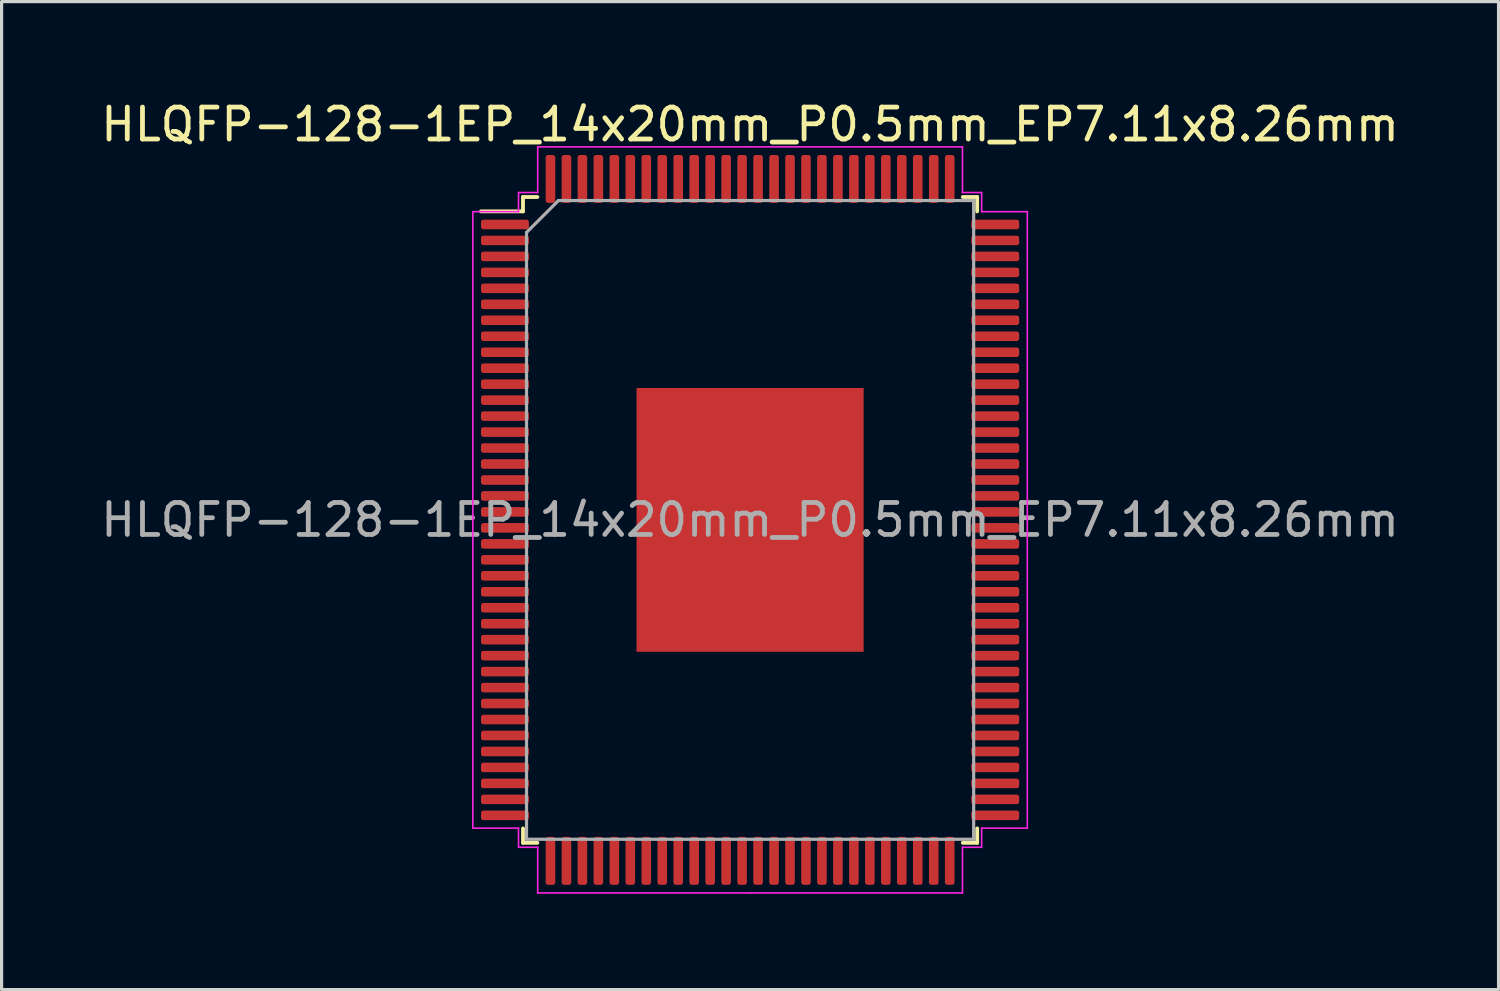
<source format=kicad_pcb>
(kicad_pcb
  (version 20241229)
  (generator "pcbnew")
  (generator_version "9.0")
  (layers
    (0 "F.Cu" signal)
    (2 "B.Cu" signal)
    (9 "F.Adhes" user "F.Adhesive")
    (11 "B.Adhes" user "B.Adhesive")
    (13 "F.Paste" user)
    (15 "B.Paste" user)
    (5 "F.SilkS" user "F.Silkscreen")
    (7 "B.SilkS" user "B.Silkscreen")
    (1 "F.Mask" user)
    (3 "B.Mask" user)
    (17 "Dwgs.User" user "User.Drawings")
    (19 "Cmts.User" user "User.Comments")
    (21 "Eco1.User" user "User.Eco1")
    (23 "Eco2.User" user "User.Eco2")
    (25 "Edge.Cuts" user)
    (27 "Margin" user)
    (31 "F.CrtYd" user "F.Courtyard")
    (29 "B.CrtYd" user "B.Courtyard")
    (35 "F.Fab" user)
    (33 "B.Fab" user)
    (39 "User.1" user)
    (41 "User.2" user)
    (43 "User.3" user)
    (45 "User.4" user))
  (footprint "HLQFP-128-1EP_14x20mm_P0.5mm_EP7.11x8.26mm"
    (layer "F.Cu")
    (at 20.435 13.228)
    (property "Reference" "HLQFP-128-1EP_14x20mm_P0.5mm_EP7.11x8.26mm" (at 0 -12.38 0) (layer "F.SilkS") (effects (font (size 1 1) (thickness 0.15))))
    (attr smd)
    (fp_line (start -7.11 -10.11) (end -7.11 -9.66) (stroke (width 0.12) (type solid)) (layer "F.SilkS"))
    (fp_line (start -7.11 -9.66) (end -8.425 -9.66) (stroke (width 0.12) (type solid)) (layer "F.SilkS"))
    (fp_line (start -7.11 10.11) (end -7.11 9.66) (stroke (width 0.12) (type solid)) (layer "F.SilkS"))
    (fp_line (start -6.66 -10.11) (end -7.11 -10.11) (stroke (width 0.12) (type solid)) (layer "F.SilkS"))
    (fp_line (start -6.66 10.11) (end -7.11 10.11) (stroke (width 0.12) (type solid)) (layer "F.SilkS"))
    (fp_line (start 6.66 -10.11) (end 7.11 -10.11) (stroke (width 0.12) (type solid)) (layer "F.SilkS"))
    (fp_line (start 6.66 10.11) (end 7.11 10.11) (stroke (width 0.12) (type solid)) (layer "F.SilkS"))
    (fp_line (start 7.11 -10.11) (end 7.11 -9.66) (stroke (width 0.12) (type solid)) (layer "F.SilkS"))
    (fp_line (start 7.11 10.11) (end 7.11 9.66) (stroke (width 0.12) (type solid)) (layer "F.SilkS"))
    (fp_line (start -8.68 -9.65) (end -8.68 0) (stroke (width 0.05) (type solid)) (layer "F.CrtYd"))
    (fp_line (start -8.68 9.65) (end -8.68 0) (stroke (width 0.05) (type solid)) (layer "F.CrtYd"))
    (fp_line (start -7.25 -10.25) (end -7.25 -9.65) (stroke (width 0.05) (type solid)) (layer "F.CrtYd"))
    (fp_line (start -7.25 -9.65) (end -8.68 -9.65) (stroke (width 0.05) (type solid)) (layer "F.CrtYd"))
    (fp_line (start -7.25 9.65) (end -8.68 9.65) (stroke (width 0.05) (type solid)) (layer "F.CrtYd"))
    (fp_line (start -7.25 10.25) (end -7.25 9.65) (stroke (width 0.05) (type solid)) (layer "F.CrtYd"))
    (fp_line (start -6.65 -11.68) (end -6.65 -10.25) (stroke (width 0.05) (type solid)) (layer "F.CrtYd"))
    (fp_line (start -6.65 -10.25) (end -7.25 -10.25) (stroke (width 0.05) (type solid)) (layer "F.CrtYd"))
    (fp_line (start -6.65 10.25) (end -7.25 10.25) (stroke (width 0.05) (type solid)) (layer "F.CrtYd"))
    (fp_line (start -6.65 11.68) (end -6.65 10.25) (stroke (width 0.05) (type solid)) (layer "F.CrtYd"))
    (fp_line (start 0 -11.68) (end -6.65 -11.68) (stroke (width 0.05) (type solid)) (layer "F.CrtYd"))
    (fp_line (start 0 -11.68) (end 6.65 -11.68) (stroke (width 0.05) (type solid)) (layer "F.CrtYd"))
    (fp_line (start 0 11.68) (end -6.65 11.68) (stroke (width 0.05) (type solid)) (layer "F.CrtYd"))
    (fp_line (start 0 11.68) (end 6.65 11.68) (stroke (width 0.05) (type solid)) (layer "F.CrtYd"))
    (fp_line (start 6.65 -11.68) (end 6.65 -10.25) (stroke (width 0.05) (type solid)) (layer "F.CrtYd"))
    (fp_line (start 6.65 -10.25) (end 7.25 -10.25) (stroke (width 0.05) (type solid)) (layer "F.CrtYd"))
    (fp_line (start 6.65 10.25) (end 7.25 10.25) (stroke (width 0.05) (type solid)) (layer "F.CrtYd"))
    (fp_line (start 6.65 11.68) (end 6.65 10.25) (stroke (width 0.05) (type solid)) (layer "F.CrtYd"))
    (fp_line (start 7.25 -10.25) (end 7.25 -9.65) (stroke (width 0.05) (type solid)) (layer "F.CrtYd"))
    (fp_line (start 7.25 -9.65) (end 8.68 -9.65) (stroke (width 0.05) (type solid)) (layer "F.CrtYd"))
    (fp_line (start 7.25 9.65) (end 8.68 9.65) (stroke (width 0.05) (type solid)) (layer "F.CrtYd"))
    (fp_line (start 7.25 10.25) (end 7.25 9.65) (stroke (width 0.05) (type solid)) (layer "F.CrtYd"))
    (fp_line (start 8.68 -9.65) (end 8.68 0) (stroke (width 0.05) (type solid)) (layer "F.CrtYd"))
    (fp_line (start 8.68 9.65) (end 8.68 0) (stroke (width 0.05) (type solid)) (layer "F.CrtYd"))
    (fp_line (start -7 -9) (end -6 -10) (stroke (width 0.1) (type solid)) (layer "F.Fab"))
    (fp_line (start -7 10) (end -7 -9) (stroke (width 0.1) (type solid)) (layer "F.Fab"))
    (fp_line (start -6 -10) (end 7 -10) (stroke (width 0.1) (type solid)) (layer "F.Fab"))
    (fp_line (start 7 -10) (end 7 10) (stroke (width 0.1) (type solid)) (layer "F.Fab"))
    (fp_line (start 7 10) (end -7 10) (stroke (width 0.1) (type solid)) (layer "F.Fab"))
    (fp_text user "${REFERENCE}" (at 0 0 0) (layer "F.Fab") (effects (font (size 1 1) (thickness 0.15))))
    (pad "1" smd roundrect (at -7.675 -9.25) (size 1.5 0.3) (layers "F.Cu" "F.Mask" "F.Paste") (roundrect_rratio 0.25))
    (pad "2" smd roundrect (at -7.675 -8.75) (size 1.5 0.3) (layers "F.Cu" "F.Mask" "F.Paste") (roundrect_rratio 0.25))
    (pad "3" smd roundrect (at -7.675 -8.25) (size 1.5 0.3) (layers "F.Cu" "F.Mask" "F.Paste") (roundrect_rratio 0.25))
    (pad "4" smd roundrect (at -7.675 -7.75) (size 1.5 0.3) (layers "F.Cu" "F.Mask" "F.Paste") (roundrect_rratio 0.25))
    (pad "5" smd roundrect (at -7.675 -7.25) (size 1.5 0.3) (layers "F.Cu" "F.Mask" "F.Paste") (roundrect_rratio 0.25))
    (pad "6" smd roundrect (at -7.675 -6.75) (size 1.5 0.3) (layers "F.Cu" "F.Mask" "F.Paste") (roundrect_rratio 0.25))
    (pad "7" smd roundrect (at -7.675 -6.25) (size 1.5 0.3) (layers "F.Cu" "F.Mask" "F.Paste") (roundrect_rratio 0.25))
    (pad "8" smd roundrect (at -7.675 -5.75) (size 1.5 0.3) (layers "F.Cu" "F.Mask" "F.Paste") (roundrect_rratio 0.25))
    (pad "9" smd roundrect (at -7.675 -5.25) (size 1.5 0.3) (layers "F.Cu" "F.Mask" "F.Paste") (roundrect_rratio 0.25))
    (pad "10" smd roundrect (at -7.675 -4.75) (size 1.5 0.3) (layers "F.Cu" "F.Mask" "F.Paste") (roundrect_rratio 0.25))
    (pad "11" smd roundrect (at -7.675 -4.25) (size 1.5 0.3) (layers "F.Cu" "F.Mask" "F.Paste") (roundrect_rratio 0.25))
    (pad "12" smd roundrect (at -7.675 -3.75) (size 1.5 0.3) (layers "F.Cu" "F.Mask" "F.Paste") (roundrect_rratio 0.25))
    (pad "13" smd roundrect (at -7.675 -3.25) (size 1.5 0.3) (layers "F.Cu" "F.Mask" "F.Paste") (roundrect_rratio 0.25))
    (pad "14" smd roundrect (at -7.675 -2.75) (size 1.5 0.3) (layers "F.Cu" "F.Mask" "F.Paste") (roundrect_rratio 0.25))
    (pad "15" smd roundrect (at -7.675 -2.25) (size 1.5 0.3) (layers "F.Cu" "F.Mask" "F.Paste") (roundrect_rratio 0.25))
    (pad "16" smd roundrect (at -7.675 -1.75) (size 1.5 0.3) (layers "F.Cu" "F.Mask" "F.Paste") (roundrect_rratio 0.25))
    (pad "17" smd roundrect (at -7.675 -1.25) (size 1.5 0.3) (layers "F.Cu" "F.Mask" "F.Paste") (roundrect_rratio 0.25))
    (pad "18" smd roundrect (at -7.675 -0.75) (size 1.5 0.3) (layers "F.Cu" "F.Mask" "F.Paste") (roundrect_rratio 0.25))
    (pad "19" smd roundrect (at -7.675 -0.25) (size 1.5 0.3) (layers "F.Cu" "F.Mask" "F.Paste") (roundrect_rratio 0.25))
    (pad "20" smd roundrect (at -7.675 0.25) (size 1.5 0.3) (layers "F.Cu" "F.Mask" "F.Paste") (roundrect_rratio 0.25))
    (pad "21" smd roundrect (at -7.675 0.75) (size 1.5 0.3) (layers "F.Cu" "F.Mask" "F.Paste") (roundrect_rratio 0.25))
    (pad "22" smd roundrect (at -7.675 1.25) (size 1.5 0.3) (layers "F.Cu" "F.Mask" "F.Paste") (roundrect_rratio 0.25))
    (pad "23" smd roundrect (at -7.675 1.75) (size 1.5 0.3) (layers "F.Cu" "F.Mask" "F.Paste") (roundrect_rratio 0.25))
    (pad "24" smd roundrect (at -7.675 2.25) (size 1.5 0.3) (layers "F.Cu" "F.Mask" "F.Paste") (roundrect_rratio 0.25))
    (pad "25" smd roundrect (at -7.675 2.75) (size 1.5 0.3) (layers "F.Cu" "F.Mask" "F.Paste") (roundrect_rratio 0.25))
    (pad "26" smd roundrect (at -7.675 3.25) (size 1.5 0.3) (layers "F.Cu" "F.Mask" "F.Paste") (roundrect_rratio 0.25))
    (pad "27" smd roundrect (at -7.675 3.75) (size 1.5 0.3) (layers "F.Cu" "F.Mask" "F.Paste") (roundrect_rratio 0.25))
    (pad "28" smd roundrect (at -7.675 4.25) (size 1.5 0.3) (layers "F.Cu" "F.Mask" "F.Paste") (roundrect_rratio 0.25))
    (pad "29" smd roundrect (at -7.675 4.75) (size 1.5 0.3) (layers "F.Cu" "F.Mask" "F.Paste") (roundrect_rratio 0.25))
    (pad "30" smd roundrect (at -7.675 5.25) (size 1.5 0.3) (layers "F.Cu" "F.Mask" "F.Paste") (roundrect_rratio 0.25))
    (pad "31" smd roundrect (at -7.675 5.75) (size 1.5 0.3) (layers "F.Cu" "F.Mask" "F.Paste") (roundrect_rratio 0.25))
    (pad "32" smd roundrect (at -7.675 6.25) (size 1.5 0.3) (layers "F.Cu" "F.Mask" "F.Paste") (roundrect_rratio 0.25))
    (pad "33" smd roundrect (at -7.675 6.75) (size 1.5 0.3) (layers "F.Cu" "F.Mask" "F.Paste") (roundrect_rratio 0.25))
    (pad "34" smd roundrect (at -7.675 7.25) (size 1.5 0.3) (layers "F.Cu" "F.Mask" "F.Paste") (roundrect_rratio 0.25))
    (pad "35" smd roundrect (at -7.675 7.75) (size 1.5 0.3) (layers "F.Cu" "F.Mask" "F.Paste") (roundrect_rratio 0.25))
    (pad "36" smd roundrect (at -7.675 8.25) (size 1.5 0.3) (layers "F.Cu" "F.Mask" "F.Paste") (roundrect_rratio 0.25))
    (pad "37" smd roundrect (at -7.675 8.75) (size 1.5 0.3) (layers "F.Cu" "F.Mask" "F.Paste") (roundrect_rratio 0.25))
    (pad "38" smd roundrect (at -7.675 9.25) (size 1.5 0.3) (layers "F.Cu" "F.Mask" "F.Paste") (roundrect_rratio 0.25))
    (pad "39" smd roundrect (at -6.25 10.675) (size 0.3 1.5) (layers "F.Cu" "F.Mask" "F.Paste") (roundrect_rratio 0.25))
    (pad "40" smd roundrect (at -5.75 10.675) (size 0.3 1.5) (layers "F.Cu" "F.Mask" "F.Paste") (roundrect_rratio 0.25))
    (pad "41" smd roundrect (at -5.25 10.675) (size 0.3 1.5) (layers "F.Cu" "F.Mask" "F.Paste") (roundrect_rratio 0.25))
    (pad "42" smd roundrect (at -4.75 10.675) (size 0.3 1.5) (layers "F.Cu" "F.Mask" "F.Paste") (roundrect_rratio 0.25))
    (pad "43" smd roundrect (at -4.25 10.675) (size 0.3 1.5) (layers "F.Cu" "F.Mask" "F.Paste") (roundrect_rratio 0.25))
    (pad "44" smd roundrect (at -3.75 10.675) (size 0.3 1.5) (layers "F.Cu" "F.Mask" "F.Paste") (roundrect_rratio 0.25))
    (pad "45" smd roundrect (at -3.25 10.675) (size 0.3 1.5) (layers "F.Cu" "F.Mask" "F.Paste") (roundrect_rratio 0.25))
    (pad "46" smd roundrect (at -2.75 10.675) (size 0.3 1.5) (layers "F.Cu" "F.Mask" "F.Paste") (roundrect_rratio 0.25))
    (pad "47" smd roundrect (at -2.25 10.675) (size 0.3 1.5) (layers "F.Cu" "F.Mask" "F.Paste") (roundrect_rratio 0.25))
    (pad "48" smd roundrect (at -1.75 10.675) (size 0.3 1.5) (layers "F.Cu" "F.Mask" "F.Paste") (roundrect_rratio 0.25))
    (pad "49" smd roundrect (at -1.25 10.675) (size 0.3 1.5) (layers "F.Cu" "F.Mask" "F.Paste") (roundrect_rratio 0.25))
    (pad "50" smd roundrect (at -0.75 10.675) (size 0.3 1.5) (layers "F.Cu" "F.Mask" "F.Paste") (roundrect_rratio 0.25))
    (pad "51" smd roundrect (at -0.25 10.675) (size 0.3 1.5) (layers "F.Cu" "F.Mask" "F.Paste") (roundrect_rratio 0.25))
    (pad "52" smd roundrect (at 0.25 10.675) (size 0.3 1.5) (layers "F.Cu" "F.Mask" "F.Paste") (roundrect_rratio 0.25))
    (pad "53" smd roundrect (at 0.75 10.675) (size 0.3 1.5) (layers "F.Cu" "F.Mask" "F.Paste") (roundrect_rratio 0.25))
    (pad "54" smd roundrect (at 1.25 10.675) (size 0.3 1.5) (layers "F.Cu" "F.Mask" "F.Paste") (roundrect_rratio 0.25))
    (pad "55" smd roundrect (at 1.75 10.675) (size 0.3 1.5) (layers "F.Cu" "F.Mask" "F.Paste") (roundrect_rratio 0.25))
    (pad "56" smd roundrect (at 2.25 10.675) (size 0.3 1.5) (layers "F.Cu" "F.Mask" "F.Paste") (roundrect_rratio 0.25))
    (pad "57" smd roundrect (at 2.75 10.675) (size 0.3 1.5) (layers "F.Cu" "F.Mask" "F.Paste") (roundrect_rratio 0.25))
    (pad "58" smd roundrect (at 3.25 10.675) (size 0.3 1.5) (layers "F.Cu" "F.Mask" "F.Paste") (roundrect_rratio 0.25))
    (pad "59" smd roundrect (at 3.75 10.675) (size 0.3 1.5) (layers "F.Cu" "F.Mask" "F.Paste") (roundrect_rratio 0.25))
    (pad "60" smd roundrect (at 4.25 10.675) (size 0.3 1.5) (layers "F.Cu" "F.Mask" "F.Paste") (roundrect_rratio 0.25))
    (pad "61" smd roundrect (at 4.75 10.675) (size 0.3 1.5) (layers "F.Cu" "F.Mask" "F.Paste") (roundrect_rratio 0.25))
    (pad "62" smd roundrect (at 5.25 10.675) (size 0.3 1.5) (layers "F.Cu" "F.Mask" "F.Paste") (roundrect_rratio 0.25))
    (pad "63" smd roundrect (at 5.75 10.675) (size 0.3 1.5) (layers "F.Cu" "F.Mask" "F.Paste") (roundrect_rratio 0.25))
    (pad "64" smd roundrect (at 6.25 10.675) (size 0.3 1.5) (layers "F.Cu" "F.Mask" "F.Paste") (roundrect_rratio 0.25))
    (pad "65" smd roundrect (at 7.675 9.25) (size 1.5 0.3) (layers "F.Cu" "F.Mask" "F.Paste") (roundrect_rratio 0.25))
    (pad "66" smd roundrect (at 7.675 8.75) (size 1.5 0.3) (layers "F.Cu" "F.Mask" "F.Paste") (roundrect_rratio 0.25))
    (pad "67" smd roundrect (at 7.675 8.25) (size 1.5 0.3) (layers "F.Cu" "F.Mask" "F.Paste") (roundrect_rratio 0.25))
    (pad "68" smd roundrect (at 7.675 7.75) (size 1.5 0.3) (layers "F.Cu" "F.Mask" "F.Paste") (roundrect_rratio 0.25))
    (pad "69" smd roundrect (at 7.675 7.25) (size 1.5 0.3) (layers "F.Cu" "F.Mask" "F.Paste") (roundrect_rratio 0.25))
    (pad "70" smd roundrect (at 7.675 6.75) (size 1.5 0.3) (layers "F.Cu" "F.Mask" "F.Paste") (roundrect_rratio 0.25))
    (pad "71" smd roundrect (at 7.675 6.25) (size 1.5 0.3) (layers "F.Cu" "F.Mask" "F.Paste") (roundrect_rratio 0.25))
    (pad "72" smd roundrect (at 7.675 5.75) (size 1.5 0.3) (layers "F.Cu" "F.Mask" "F.Paste") (roundrect_rratio 0.25))
    (pad "73" smd roundrect (at 7.675 5.25) (size 1.5 0.3) (layers "F.Cu" "F.Mask" "F.Paste") (roundrect_rratio 0.25))
    (pad "74" smd roundrect (at 7.675 4.75) (size 1.5 0.3) (layers "F.Cu" "F.Mask" "F.Paste") (roundrect_rratio 0.25))
    (pad "75" smd roundrect (at 7.675 4.25) (size 1.5 0.3) (layers "F.Cu" "F.Mask" "F.Paste") (roundrect_rratio 0.25))
    (pad "76" smd roundrect (at 7.675 3.75) (size 1.5 0.3) (layers "F.Cu" "F.Mask" "F.Paste") (roundrect_rratio 0.25))
    (pad "77" smd roundrect (at 7.675 3.25) (size 1.5 0.3) (layers "F.Cu" "F.Mask" "F.Paste") (roundrect_rratio 0.25))
    (pad "78" smd roundrect (at 7.675 2.75) (size 1.5 0.3) (layers "F.Cu" "F.Mask" "F.Paste") (roundrect_rratio 0.25))
    (pad "79" smd roundrect (at 7.675 2.25) (size 1.5 0.3) (layers "F.Cu" "F.Mask" "F.Paste") (roundrect_rratio 0.25))
    (pad "80" smd roundrect (at 7.675 1.75) (size 1.5 0.3) (layers "F.Cu" "F.Mask" "F.Paste") (roundrect_rratio 0.25))
    (pad "81" smd roundrect (at 7.675 1.25) (size 1.5 0.3) (layers "F.Cu" "F.Mask" "F.Paste") (roundrect_rratio 0.25))
    (pad "82" smd roundrect (at 7.675 0.75) (size 1.5 0.3) (layers "F.Cu" "F.Mask" "F.Paste") (roundrect_rratio 0.25))
    (pad "83" smd roundrect (at 7.675 0.25) (size 1.5 0.3) (layers "F.Cu" "F.Mask" "F.Paste") (roundrect_rratio 0.25))
    (pad "84" smd roundrect (at 7.675 -0.25) (size 1.5 0.3) (layers "F.Cu" "F.Mask" "F.Paste") (roundrect_rratio 0.25))
    (pad "85" smd roundrect (at 7.675 -0.75) (size 1.5 0.3) (layers "F.Cu" "F.Mask" "F.Paste") (roundrect_rratio 0.25))
    (pad "86" smd roundrect (at 7.675 -1.25) (size 1.5 0.3) (layers "F.Cu" "F.Mask" "F.Paste") (roundrect_rratio 0.25))
    (pad "87" smd roundrect (at 7.675 -1.75) (size 1.5 0.3) (layers "F.Cu" "F.Mask" "F.Paste") (roundrect_rratio 0.25))
    (pad "88" smd roundrect (at 7.675 -2.25) (size 1.5 0.3) (layers "F.Cu" "F.Mask" "F.Paste") (roundrect_rratio 0.25))
    (pad "89" smd roundrect (at 7.675 -2.75) (size 1.5 0.3) (layers "F.Cu" "F.Mask" "F.Paste") (roundrect_rratio 0.25))
    (pad "90" smd roundrect (at 7.675 -3.25) (size 1.5 0.3) (layers "F.Cu" "F.Mask" "F.Paste") (roundrect_rratio 0.25))
    (pad "91" smd roundrect (at 7.675 -3.75) (size 1.5 0.3) (layers "F.Cu" "F.Mask" "F.Paste") (roundrect_rratio 0.25))
    (pad "92" smd roundrect (at 7.675 -4.25) (size 1.5 0.3) (layers "F.Cu" "F.Mask" "F.Paste") (roundrect_rratio 0.25))
    (pad "93" smd roundrect (at 7.675 -4.75) (size 1.5 0.3) (layers "F.Cu" "F.Mask" "F.Paste") (roundrect_rratio 0.25))
    (pad "94" smd roundrect (at 7.675 -5.25) (size 1.5 0.3) (layers "F.Cu" "F.Mask" "F.Paste") (roundrect_rratio 0.25))
    (pad "95" smd roundrect (at 7.675 -5.75) (size 1.5 0.3) (layers "F.Cu" "F.Mask" "F.Paste") (roundrect_rratio 0.25))
    (pad "96" smd roundrect (at 7.675 -6.25) (size 1.5 0.3) (layers "F.Cu" "F.Mask" "F.Paste") (roundrect_rratio 0.25))
    (pad "97" smd roundrect (at 7.675 -6.75) (size 1.5 0.3) (layers "F.Cu" "F.Mask" "F.Paste") (roundrect_rratio 0.25))
    (pad "98" smd roundrect (at 7.675 -7.25) (size 1.5 0.3) (layers "F.Cu" "F.Mask" "F.Paste") (roundrect_rratio 0.25))
    (pad "99" smd roundrect (at 7.675 -7.75) (size 1.5 0.3) (layers "F.Cu" "F.Mask" "F.Paste") (roundrect_rratio 0.25))
    (pad "100" smd roundrect (at 7.675 -8.25) (size 1.5 0.3) (layers "F.Cu" "F.Mask" "F.Paste") (roundrect_rratio 0.25))
    (pad "101" smd roundrect (at 7.675 -8.75) (size 1.5 0.3) (layers "F.Cu" "F.Mask" "F.Paste") (roundrect_rratio 0.25))
    (pad "102" smd roundrect (at 7.675 -9.25) (size 1.5 0.3) (layers "F.Cu" "F.Mask" "F.Paste") (roundrect_rratio 0.25))
    (pad "103" smd roundrect (at 6.25 -10.675) (size 0.3 1.5) (layers "F.Cu" "F.Mask" "F.Paste") (roundrect_rratio 0.25))
    (pad "104" smd roundrect (at 5.75 -10.675) (size 0.3 1.5) (layers "F.Cu" "F.Mask" "F.Paste") (roundrect_rratio 0.25))
    (pad "105" smd roundrect (at 5.25 -10.675) (size 0.3 1.5) (layers "F.Cu" "F.Mask" "F.Paste") (roundrect_rratio 0.25))
    (pad "106" smd roundrect (at 4.75 -10.675) (size 0.3 1.5) (layers "F.Cu" "F.Mask" "F.Paste") (roundrect_rratio 0.25))
    (pad "107" smd roundrect (at 4.25 -10.675) (size 0.3 1.5) (layers "F.Cu" "F.Mask" "F.Paste") (roundrect_rratio 0.25))
    (pad "108" smd roundrect (at 3.75 -10.675) (size 0.3 1.5) (layers "F.Cu" "F.Mask" "F.Paste") (roundrect_rratio 0.25))
    (pad "109" smd roundrect (at 3.25 -10.675) (size 0.3 1.5) (layers "F.Cu" "F.Mask" "F.Paste") (roundrect_rratio 0.25))
    (pad "110" smd roundrect (at 2.75 -10.675) (size 0.3 1.5) (layers "F.Cu" "F.Mask" "F.Paste") (roundrect_rratio 0.25))
    (pad "111" smd roundrect (at 2.25 -10.675) (size 0.3 1.5) (layers "F.Cu" "F.Mask" "F.Paste") (roundrect_rratio 0.25))
    (pad "112" smd roundrect (at 1.75 -10.675) (size 0.3 1.5) (layers "F.Cu" "F.Mask" "F.Paste") (roundrect_rratio 0.25))
    (pad "113" smd roundrect (at 1.25 -10.675) (size 0.3 1.5) (layers "F.Cu" "F.Mask" "F.Paste") (roundrect_rratio 0.25))
    (pad "114" smd roundrect (at 0.75 -10.675) (size 0.3 1.5) (layers "F.Cu" "F.Mask" "F.Paste") (roundrect_rratio 0.25))
    (pad "115" smd roundrect (at 0.25 -10.675) (size 0.3 1.5) (layers "F.Cu" "F.Mask" "F.Paste") (roundrect_rratio 0.25))
    (pad "116" smd roundrect (at -0.25 -10.675) (size 0.3 1.5) (layers "F.Cu" "F.Mask" "F.Paste") (roundrect_rratio 0.25))
    (pad "117" smd roundrect (at -0.75 -10.675) (size 0.3 1.5) (layers "F.Cu" "F.Mask" "F.Paste") (roundrect_rratio 0.25))
    (pad "118" smd roundrect (at -1.25 -10.675) (size 0.3 1.5) (layers "F.Cu" "F.Mask" "F.Paste") (roundrect_rratio 0.25))
    (pad "119" smd roundrect (at -1.75 -10.675) (size 0.3 1.5) (layers "F.Cu" "F.Mask" "F.Paste") (roundrect_rratio 0.25))
    (pad "120" smd roundrect (at -2.25 -10.675) (size 0.3 1.5) (layers "F.Cu" "F.Mask" "F.Paste") (roundrect_rratio 0.25))
    (pad "121" smd roundrect (at -2.75 -10.675) (size 0.3 1.5) (layers "F.Cu" "F.Mask" "F.Paste") (roundrect_rratio 0.25))
    (pad "122" smd roundrect (at -3.25 -10.675) (size 0.3 1.5) (layers "F.Cu" "F.Mask" "F.Paste") (roundrect_rratio 0.25))
    (pad "123" smd roundrect (at -3.75 -10.675) (size 0.3 1.5) (layers "F.Cu" "F.Mask" "F.Paste") (roundrect_rratio 0.25))
    (pad "124" smd roundrect (at -4.25 -10.675) (size 0.3 1.5) (layers "F.Cu" "F.Mask" "F.Paste") (roundrect_rratio 0.25))
    (pad "125" smd roundrect (at -4.75 -10.675) (size 0.3 1.5) (layers "F.Cu" "F.Mask" "F.Paste") (roundrect_rratio 0.25))
    (pad "126" smd roundrect (at -5.25 -10.675) (size 0.3 1.5) (layers "F.Cu" "F.Mask" "F.Paste") (roundrect_rratio 0.25))
    (pad "127" smd roundrect (at -5.75 -10.675) (size 0.3 1.5) (layers "F.Cu" "F.Mask" "F.Paste") (roundrect_rratio 0.25))
    (pad "128" smd roundrect (at -6.25 -10.675) (size 0.3 1.5) (layers "F.Cu" "F.Mask" "F.Paste") (roundrect_rratio 0.25))
    (pad "129" smd rect (at 0 0) (size 7.11 8.26) (layers "F.Cu" "F.Mask" "F.Paste")))
  (gr_rect
    (start -3 -3)
    (end 43.869 27.933)
    (stroke (width 0.1) (type default))
    (fill no)
    (layer "Edge.Cuts")))
</source>
